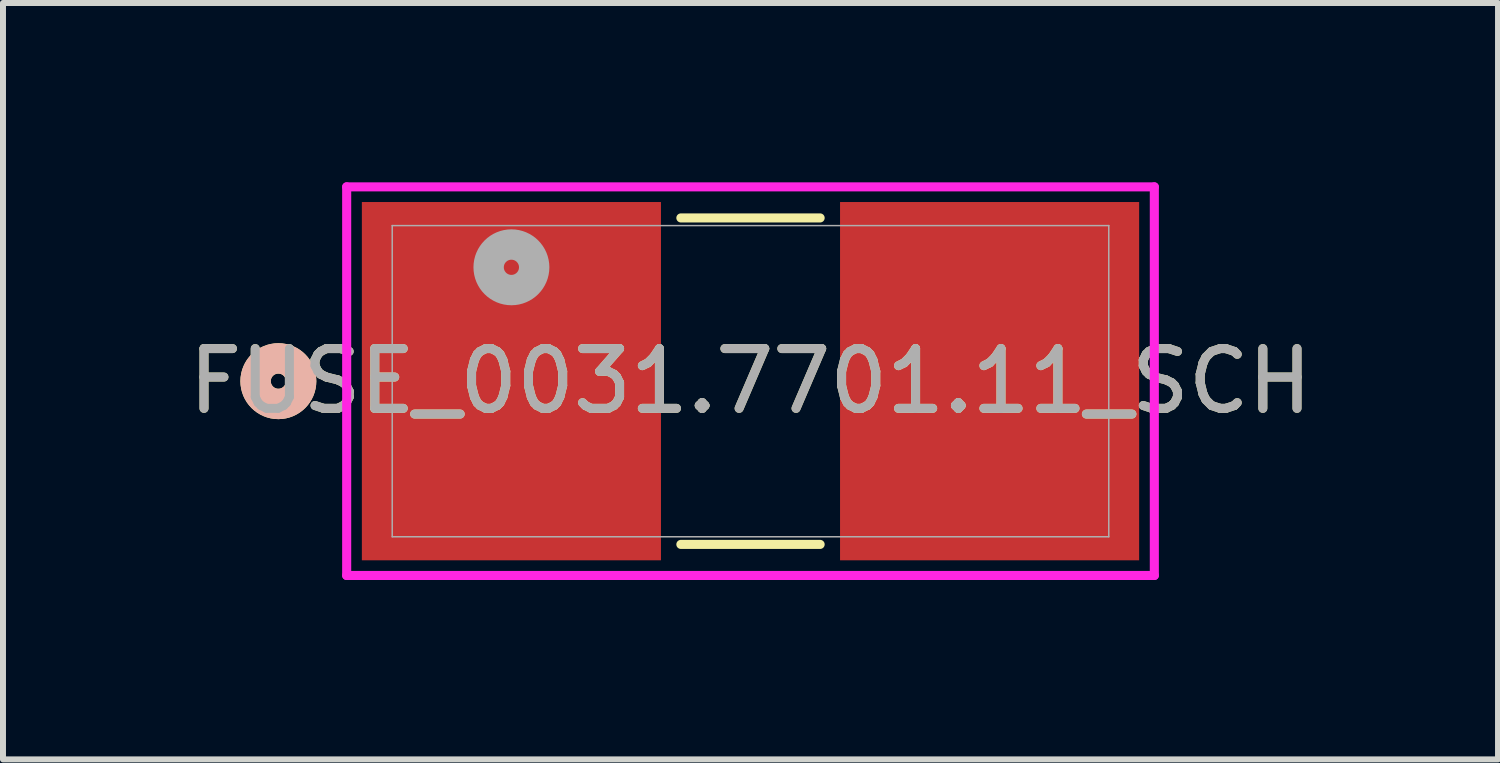
<source format=kicad_pcb>
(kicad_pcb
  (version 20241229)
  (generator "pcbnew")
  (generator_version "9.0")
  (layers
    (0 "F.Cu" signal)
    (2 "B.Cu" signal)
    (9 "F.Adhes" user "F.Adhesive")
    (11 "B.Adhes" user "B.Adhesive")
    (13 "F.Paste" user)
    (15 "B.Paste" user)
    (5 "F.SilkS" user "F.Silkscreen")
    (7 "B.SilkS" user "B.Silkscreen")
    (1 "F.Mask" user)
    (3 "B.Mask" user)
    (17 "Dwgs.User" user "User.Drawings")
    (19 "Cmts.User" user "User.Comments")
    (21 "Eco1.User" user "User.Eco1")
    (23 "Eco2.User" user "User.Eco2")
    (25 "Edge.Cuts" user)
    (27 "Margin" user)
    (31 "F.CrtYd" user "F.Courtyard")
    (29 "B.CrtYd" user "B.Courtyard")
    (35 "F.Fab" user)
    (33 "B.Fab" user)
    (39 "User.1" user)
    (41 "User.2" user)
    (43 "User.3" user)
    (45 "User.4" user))
  (footprint "FUSE_0031.7701.11_SCH"
    (layer "F.Cu")
    (at 9.506 3.327)
    (property "Reference" "FUSE_0031.7701.11_SCH" (at 0 0 0) (unlocked yes) (layer "F.SilkS") (effects (font (size 1 1) (thickness 0.15))))
    (attr smd)
    (fp_line (start -1.165 2.731) (end 1.165 2.731) (stroke (width 0.152) (type solid)) (layer "F.SilkS"))
    (fp_line (start 1.165 -2.731) (end -1.165 -2.731) (stroke (width 0.152) (type solid)) (layer "F.SilkS"))
    (fp_circle (center -7.899 0) (end -7.518 0) (stroke (width 0.508) (type solid)) (fill no) (layer "F.SilkS"))
    (fp_circle (center -7.899 0) (end -7.518 0) (stroke (width 0.508) (type solid)) (fill no) (layer "B.SilkS"))
    (fp_line (start -6.756 -3.251) (end -6.756 3.251) (stroke (width 0.152) (type solid)) (layer "F.CrtYd"))
    (fp_line (start -6.756 3.251) (end 6.756 3.251) (stroke (width 0.152) (type solid)) (layer "F.CrtYd"))
    (fp_line (start 6.756 -3.251) (end -6.756 -3.251) (stroke (width 0.152) (type solid)) (layer "F.CrtYd"))
    (fp_line (start 6.756 3.251) (end 6.756 -3.251) (stroke (width 0.152) (type solid)) (layer "F.CrtYd"))
    (fp_line (start -5.994 -2.603) (end -5.994 2.603) (stroke (width 0.025) (type solid)) (layer "F.Fab"))
    (fp_line (start -5.994 2.603) (end 5.994 2.603) (stroke (width 0.025) (type solid)) (layer "F.Fab"))
    (fp_line (start 5.994 -2.603) (end -5.994 -2.603) (stroke (width 0.025) (type solid)) (layer "F.Fab"))
    (fp_line (start 5.994 2.603) (end 5.994 -2.603) (stroke (width 0.025) (type solid)) (layer "F.Fab"))
    (fp_circle (center -4 -1.905) (end -3.619 -1.905) (stroke (width 0.508) (type solid)) (fill no) (layer "F.Fab"))
    (fp_text user "${REFERENCE}" (at 0 0 0) (unlocked yes) (layer "F.Fab") (effects (font (size 1 1) (thickness 0.15))))
    (pad "1" smd rect (at -4 0) (size 5.004 5.994) (layers "F.Cu" "F.Mask" "F.Paste"))
    (pad "2" smd rect (at 4 0) (size 5.004 5.994) (layers "F.Cu" "F.Mask" "F.Paste")))
  (gr_rect
    (start -3 -3)
    (end 22.012 9.655)
    (stroke (width 0.1) (type default))
    (fill no)
    (layer "Edge.Cuts")))
</source>
